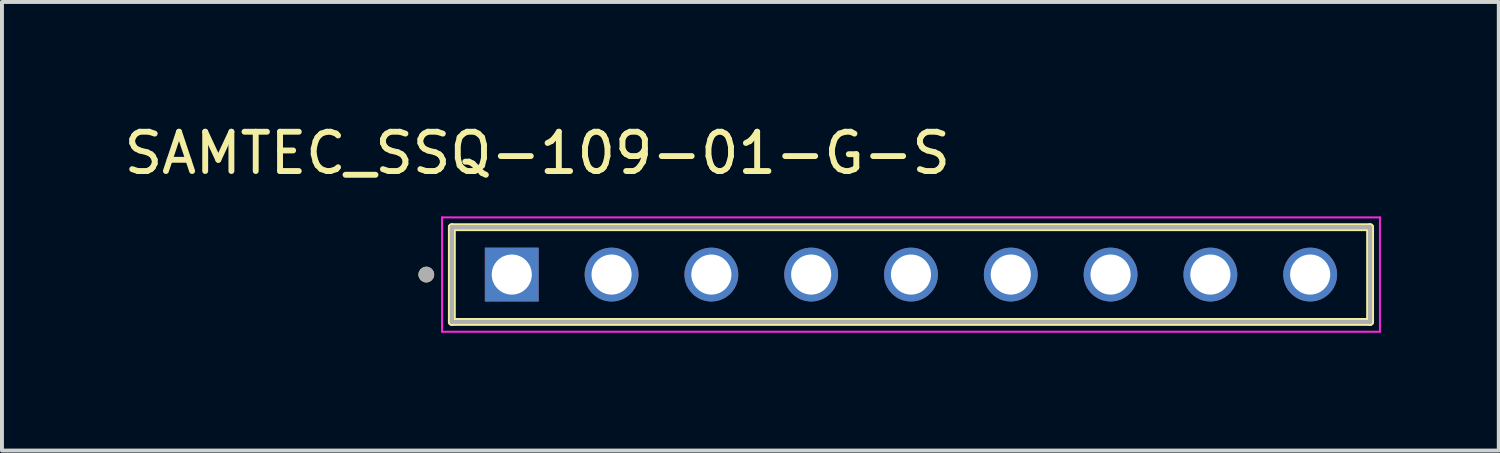
<source format=kicad_pcb>
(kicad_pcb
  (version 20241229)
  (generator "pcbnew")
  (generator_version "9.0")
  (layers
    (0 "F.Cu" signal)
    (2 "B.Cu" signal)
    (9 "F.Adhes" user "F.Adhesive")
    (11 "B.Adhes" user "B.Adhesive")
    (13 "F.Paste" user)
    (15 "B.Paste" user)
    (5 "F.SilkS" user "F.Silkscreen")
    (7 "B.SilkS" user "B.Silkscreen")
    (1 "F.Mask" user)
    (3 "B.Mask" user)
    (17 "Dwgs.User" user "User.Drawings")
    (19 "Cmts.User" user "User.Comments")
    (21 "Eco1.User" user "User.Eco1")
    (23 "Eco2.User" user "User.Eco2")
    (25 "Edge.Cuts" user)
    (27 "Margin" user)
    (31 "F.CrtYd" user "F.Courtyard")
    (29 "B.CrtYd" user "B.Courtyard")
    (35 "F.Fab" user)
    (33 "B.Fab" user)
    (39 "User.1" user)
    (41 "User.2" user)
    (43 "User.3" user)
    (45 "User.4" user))
  (footprint "SAMTEC_SSQ-109-01-G-S"
    (layer "F.Cu")
    (at 20.135 3.938)
    (property "Reference" "SAMTEC_SSQ-109-01-G-S" (at -9.51 -3.09 0) (layer "F.SilkS") (effects (font (size 1 1) (thickness 0.15))))
    (attr through_hole)
    (fp_line (start -11.685 1.205) (end -11.685 -1.205) (stroke (width 0.2) (type solid)) (layer "F.SilkS"))
    (fp_line (start 11.685 -1.205) (end -11.685 -1.205) (stroke (width 0.2) (type solid)) (layer "F.SilkS"))
    (fp_line (start 11.685 -1.205) (end 11.685 1.205) (stroke (width 0.2) (type solid)) (layer "F.SilkS"))
    (fp_line (start 11.685 1.205) (end -11.685 1.205) (stroke (width 0.2) (type solid)) (layer "F.SilkS"))
    (fp_circle (center -12.335 0) (end -12.235 0) (stroke (width 0.2) (type solid)) (fill no) (layer "F.SilkS"))
    (fp_line (start -11.935 -1.455) (end 11.935 -1.455) (stroke (width 0.05) (type solid)) (layer "F.CrtYd"))
    (fp_line (start -11.935 1.455) (end -11.935 -1.455) (stroke (width 0.05) (type solid)) (layer "F.CrtYd"))
    (fp_line (start 11.935 -1.455) (end 11.935 1.455) (stroke (width 0.05) (type solid)) (layer "F.CrtYd"))
    (fp_line (start 11.935 1.455) (end -11.935 1.455) (stroke (width 0.05) (type solid)) (layer "F.CrtYd"))
    (fp_line (start -11.685 -1.205) (end 11.685 -1.205) (stroke (width 0.1) (type solid)) (layer "F.Fab"))
    (fp_line (start -11.685 -1.205) (end 11.685 -1.205) (stroke (width 0.1) (type solid)) (layer "F.Fab"))
    (fp_line (start -11.685 1.205) (end -11.685 -1.205) (stroke (width 0.1) (type solid)) (layer "F.Fab"))
    (fp_line (start -11.685 1.205) (end -11.685 -1.205) (stroke (width 0.1) (type solid)) (layer "F.Fab"))
    (fp_line (start 11.685 -1.205) (end 11.685 1.205) (stroke (width 0.1) (type solid)) (layer "F.Fab"))
    (fp_line (start 11.685 -1.205) (end 11.685 1.205) (stroke (width 0.1) (type solid)) (layer "F.Fab"))
    (fp_line (start 11.685 1.205) (end -11.685 1.205) (stroke (width 0.1) (type solid)) (layer "F.Fab"))
    (fp_circle (center -12.335 0) (end -12.235 0) (stroke (width 0.2) (type solid)) (fill no) (layer "F.Fab"))
    (pad "01" thru_hole rect (at -10.16 0) (size 1.37 1.37) (drill 1.02) (layers "*.Cu" "*.Mask"))
    (pad "02" thru_hole circle (at -7.62 0) (size 1.37 1.37) (drill 1.02) (layers "*.Cu" "*.Mask"))
    (pad "03" thru_hole circle (at -5.08 0) (size 1.37 1.37) (drill 1.02) (layers "*.Cu" "*.Mask"))
    (pad "04" thru_hole circle (at -2.54 0) (size 1.37 1.37) (drill 1.02) (layers "*.Cu" "*.Mask"))
    (pad "05" thru_hole circle (at 0 0) (size 1.37 1.37) (drill 1.02) (layers "*.Cu" "*.Mask"))
    (pad "06" thru_hole circle (at 2.54 0) (size 1.37 1.37) (drill 1.02) (layers "*.Cu" "*.Mask"))
    (pad "07" thru_hole circle (at 5.08 0) (size 1.37 1.37) (drill 1.02) (layers "*.Cu" "*.Mask"))
    (pad "08" thru_hole circle (at 7.62 0) (size 1.37 1.37) (drill 1.02) (layers "*.Cu" "*.Mask"))
    (pad "09" thru_hole circle (at 10.16 0) (size 1.37 1.37) (drill 1.02) (layers "*.Cu" "*.Mask")))
  (gr_rect
    (start -3 -3)
    (end 35.095 8.418)
    (stroke (width 0.1) (type default))
    (fill no)
    (layer "Edge.Cuts")))
</source>
